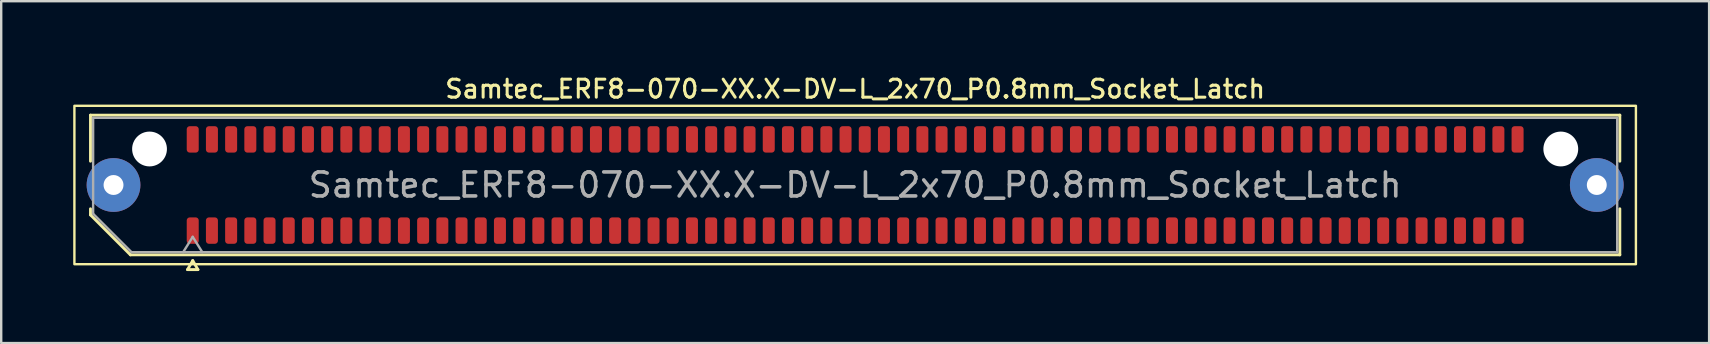
<source format=kicad_pcb>
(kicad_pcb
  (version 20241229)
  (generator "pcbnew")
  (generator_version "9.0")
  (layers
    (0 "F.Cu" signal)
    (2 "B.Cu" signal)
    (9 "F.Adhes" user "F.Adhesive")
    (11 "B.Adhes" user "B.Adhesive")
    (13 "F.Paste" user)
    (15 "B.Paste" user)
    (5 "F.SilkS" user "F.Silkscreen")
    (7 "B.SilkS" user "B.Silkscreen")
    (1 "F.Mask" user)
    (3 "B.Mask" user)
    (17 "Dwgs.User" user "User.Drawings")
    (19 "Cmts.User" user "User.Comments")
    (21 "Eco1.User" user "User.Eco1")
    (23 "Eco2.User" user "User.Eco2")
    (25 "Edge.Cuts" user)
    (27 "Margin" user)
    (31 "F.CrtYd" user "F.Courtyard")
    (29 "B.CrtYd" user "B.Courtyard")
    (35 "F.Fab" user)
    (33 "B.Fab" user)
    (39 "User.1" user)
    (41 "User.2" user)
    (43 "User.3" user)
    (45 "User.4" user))
  (footprint "Samtec_ERF8-070-XX.X-DV-L_2x70_P0.8mm_Socket_Latch"
    (layer "F.Cu")
    (at 32.58 4.658)
    (property "Reference" "Samtec_ERF8-070-XX.X-DV-L_2x70_P0.8mm_Socket_Latch" (at 0 -4 0) (layer "F.SilkS") (effects (font (size 0.75 0.75) (thickness 0.125))))
    (attr smd)
    (fp_line (start -31.86 -2.91) (end 31.86 -2.91) (stroke (width 0.12) (type solid)) (layer "F.SilkS"))
    (fp_line (start -31.86 -0.991) (end -31.86 -2.91) (stroke (width 0.12) (type solid)) (layer "F.SilkS"))
    (fp_line (start -31.86 1.246) (end -31.86 0.991) (stroke (width 0.12) (type solid)) (layer "F.SilkS"))
    (fp_line (start -30.196 2.91) (end -31.86 1.246) (stroke (width 0.12) (type solid)) (layer "F.SilkS"))
    (fp_line (start -27.817 3.525) (end -27.6 3.15) (stroke (width 0.12) (type solid)) (layer "F.SilkS"))
    (fp_line (start -27.6 3.15) (end -27.383 3.525) (stroke (width 0.12) (type solid)) (layer "F.SilkS"))
    (fp_line (start -27.383 3.525) (end -27.817 3.525) (stroke (width 0.12) (type solid)) (layer "F.SilkS"))
    (fp_line (start 31.86 -2.91) (end 31.86 -0.991) (stroke (width 0.12) (type solid)) (layer "F.SilkS"))
    (fp_line (start 31.86 0.991) (end 31.86 2.91) (stroke (width 0.12) (type solid)) (layer "F.SilkS"))
    (fp_line (start 31.86 2.91) (end -30.196 2.91) (stroke (width 0.12) (type solid)) (layer "F.SilkS"))
    (fp_rect (start -32.53 -3.3) (end 32.53 3.3) (stroke (width 0.1) (type solid)) (fill no) (layer "F.SilkS"))
    (fp_line (start -31.75 -2.8) (end 31.75 -2.8) (stroke (width 0.1) (type solid)) (layer "F.Fab"))
    (fp_line (start -31.75 1.2) (end -31.75 -2.8) (stroke (width 0.1) (type solid)) (layer "F.Fab"))
    (fp_line (start -30.15 2.8) (end -31.75 1.2) (stroke (width 0.1) (type solid)) (layer "F.Fab"))
    (fp_line (start -28 2.8) (end -27.6 2.16) (stroke (width 0.1) (type solid)) (layer "F.Fab"))
    (fp_line (start -27.6 2.16) (end -27.2 2.8) (stroke (width 0.1) (type solid)) (layer "F.Fab"))
    (fp_line (start 31.75 -2.8) (end 31.75 2.8) (stroke (width 0.1) (type solid)) (layer "F.Fab"))
    (fp_line (start 31.75 2.8) (end -30.15 2.8) (stroke (width 0.1) (type solid)) (layer "F.Fab"))
    (fp_text user "${REFERENCE}" (at 0 0 0) (layer "F.Fab") (effects (font (size 1 1) (thickness 0.15))))
    (pad "" thru_hole circle (at -30.9 0) (size 2.24 2.24) (drill 0.83) (layers "*.Cu" "*.Mask" "F.Paste"))
    (pad "" np_thru_hole circle (at -29.4 -1.5) (size 1.45 1.45) (drill 1.45) (layers "*.Cu" "*.Mask"))
    (pad "" np_thru_hole circle (at 29.4 -1.5) (size 1.45 1.45) (drill 1.45) (layers "*.Cu" "*.Mask"))
    (pad "" thru_hole circle (at 30.9 0) (size 2.24 2.24) (drill 0.83) (layers "*.Cu" "*.Mask" "F.Paste"))
    (pad "1" smd roundrect (at -27.6 1.9) (size 0.5 1.1) (layers "F.Cu" "F.Mask" "F.Paste") (roundrect_rratio 0.25))
    (pad "2" smd roundrect (at -27.6 -1.9) (size 0.5 1.1) (layers "F.Cu" "F.Mask" "F.Paste") (roundrect_rratio 0.25))
    (pad "3" smd roundrect (at -26.8 1.9) (size 0.5 1.1) (layers "F.Cu" "F.Mask" "F.Paste") (roundrect_rratio 0.25))
    (pad "4" smd roundrect (at -26.8 -1.9) (size 0.5 1.1) (layers "F.Cu" "F.Mask" "F.Paste") (roundrect_rratio 0.25))
    (pad "5" smd roundrect (at -26 1.9) (size 0.5 1.1) (layers "F.Cu" "F.Mask" "F.Paste") (roundrect_rratio 0.25))
    (pad "6" smd roundrect (at -26 -1.9) (size 0.5 1.1) (layers "F.Cu" "F.Mask" "F.Paste") (roundrect_rratio 0.25))
    (pad "7" smd roundrect (at -25.2 1.9) (size 0.5 1.1) (layers "F.Cu" "F.Mask" "F.Paste") (roundrect_rratio 0.25))
    (pad "8" smd roundrect (at -25.2 -1.9) (size 0.5 1.1) (layers "F.Cu" "F.Mask" "F.Paste") (roundrect_rratio 0.25))
    (pad "9" smd roundrect (at -24.4 1.9) (size 0.5 1.1) (layers "F.Cu" "F.Mask" "F.Paste") (roundrect_rratio 0.25))
    (pad "10" smd roundrect (at -24.4 -1.9) (size 0.5 1.1) (layers "F.Cu" "F.Mask" "F.Paste") (roundrect_rratio 0.25))
    (pad "11" smd roundrect (at -23.6 1.9) (size 0.5 1.1) (layers "F.Cu" "F.Mask" "F.Paste") (roundrect_rratio 0.25))
    (pad "12" smd roundrect (at -23.6 -1.9) (size 0.5 1.1) (layers "F.Cu" "F.Mask" "F.Paste") (roundrect_rratio 0.25))
    (pad "13" smd roundrect (at -22.8 1.9) (size 0.5 1.1) (layers "F.Cu" "F.Mask" "F.Paste") (roundrect_rratio 0.25))
    (pad "14" smd roundrect (at -22.8 -1.9) (size 0.5 1.1) (layers "F.Cu" "F.Mask" "F.Paste") (roundrect_rratio 0.25))
    (pad "15" smd roundrect (at -22 1.9) (size 0.5 1.1) (layers "F.Cu" "F.Mask" "F.Paste") (roundrect_rratio 0.25))
    (pad "16" smd roundrect (at -22 -1.9) (size 0.5 1.1) (layers "F.Cu" "F.Mask" "F.Paste") (roundrect_rratio 0.25))
    (pad "17" smd roundrect (at -21.2 1.9) (size 0.5 1.1) (layers "F.Cu" "F.Mask" "F.Paste") (roundrect_rratio 0.25))
    (pad "18" smd roundrect (at -21.2 -1.9) (size 0.5 1.1) (layers "F.Cu" "F.Mask" "F.Paste") (roundrect_rratio 0.25))
    (pad "19" smd roundrect (at -20.4 1.9) (size 0.5 1.1) (layers "F.Cu" "F.Mask" "F.Paste") (roundrect_rratio 0.25))
    (pad "20" smd roundrect (at -20.4 -1.9) (size 0.5 1.1) (layers "F.Cu" "F.Mask" "F.Paste") (roundrect_rratio 0.25))
    (pad "21" smd roundrect (at -19.6 1.9) (size 0.5 1.1) (layers "F.Cu" "F.Mask" "F.Paste") (roundrect_rratio 0.25))
    (pad "22" smd roundrect (at -19.6 -1.9) (size 0.5 1.1) (layers "F.Cu" "F.Mask" "F.Paste") (roundrect_rratio 0.25))
    (pad "23" smd roundrect (at -18.8 1.9) (size 0.5 1.1) (layers "F.Cu" "F.Mask" "F.Paste") (roundrect_rratio 0.25))
    (pad "24" smd roundrect (at -18.8 -1.9) (size 0.5 1.1) (layers "F.Cu" "F.Mask" "F.Paste") (roundrect_rratio 0.25))
    (pad "25" smd roundrect (at -18 1.9) (size 0.5 1.1) (layers "F.Cu" "F.Mask" "F.Paste") (roundrect_rratio 0.25))
    (pad "26" smd roundrect (at -18 -1.9) (size 0.5 1.1) (layers "F.Cu" "F.Mask" "F.Paste") (roundrect_rratio 0.25))
    (pad "27" smd roundrect (at -17.2 1.9) (size 0.5 1.1) (layers "F.Cu" "F.Mask" "F.Paste") (roundrect_rratio 0.25))
    (pad "28" smd roundrect (at -17.2 -1.9) (size 0.5 1.1) (layers "F.Cu" "F.Mask" "F.Paste") (roundrect_rratio 0.25))
    (pad "29" smd roundrect (at -16.4 1.9) (size 0.5 1.1) (layers "F.Cu" "F.Mask" "F.Paste") (roundrect_rratio 0.25))
    (pad "30" smd roundrect (at -16.4 -1.9) (size 0.5 1.1) (layers "F.Cu" "F.Mask" "F.Paste") (roundrect_rratio 0.25))
    (pad "31" smd roundrect (at -15.6 1.9) (size 0.5 1.1) (layers "F.Cu" "F.Mask" "F.Paste") (roundrect_rratio 0.25))
    (pad "32" smd roundrect (at -15.6 -1.9) (size 0.5 1.1) (layers "F.Cu" "F.Mask" "F.Paste") (roundrect_rratio 0.25))
    (pad "33" smd roundrect (at -14.8 1.9) (size 0.5 1.1) (layers "F.Cu" "F.Mask" "F.Paste") (roundrect_rratio 0.25))
    (pad "34" smd roundrect (at -14.8 -1.9) (size 0.5 1.1) (layers "F.Cu" "F.Mask" "F.Paste") (roundrect_rratio 0.25))
    (pad "35" smd roundrect (at -14 1.9) (size 0.5 1.1) (layers "F.Cu" "F.Mask" "F.Paste") (roundrect_rratio 0.25))
    (pad "36" smd roundrect (at -14 -1.9) (size 0.5 1.1) (layers "F.Cu" "F.Mask" "F.Paste") (roundrect_rratio 0.25))
    (pad "37" smd roundrect (at -13.2 1.9) (size 0.5 1.1) (layers "F.Cu" "F.Mask" "F.Paste") (roundrect_rratio 0.25))
    (pad "38" smd roundrect (at -13.2 -1.9) (size 0.5 1.1) (layers "F.Cu" "F.Mask" "F.Paste") (roundrect_rratio 0.25))
    (pad "39" smd roundrect (at -12.4 1.9) (size 0.5 1.1) (layers "F.Cu" "F.Mask" "F.Paste") (roundrect_rratio 0.25))
    (pad "40" smd roundrect (at -12.4 -1.9) (size 0.5 1.1) (layers "F.Cu" "F.Mask" "F.Paste") (roundrect_rratio 0.25))
    (pad "41" smd roundrect (at -11.6 1.9) (size 0.5 1.1) (layers "F.Cu" "F.Mask" "F.Paste") (roundrect_rratio 0.25))
    (pad "42" smd roundrect (at -11.6 -1.9) (size 0.5 1.1) (layers "F.Cu" "F.Mask" "F.Paste") (roundrect_rratio 0.25))
    (pad "43" smd roundrect (at -10.8 1.9) (size 0.5 1.1) (layers "F.Cu" "F.Mask" "F.Paste") (roundrect_rratio 0.25))
    (pad "44" smd roundrect (at -10.8 -1.9) (size 0.5 1.1) (layers "F.Cu" "F.Mask" "F.Paste") (roundrect_rratio 0.25))
    (pad "45" smd roundrect (at -10 1.9) (size 0.5 1.1) (layers "F.Cu" "F.Mask" "F.Paste") (roundrect_rratio 0.25))
    (pad "46" smd roundrect (at -10 -1.9) (size 0.5 1.1) (layers "F.Cu" "F.Mask" "F.Paste") (roundrect_rratio 0.25))
    (pad "47" smd roundrect (at -9.2 1.9) (size 0.5 1.1) (layers "F.Cu" "F.Mask" "F.Paste") (roundrect_rratio 0.25))
    (pad "48" smd roundrect (at -9.2 -1.9) (size 0.5 1.1) (layers "F.Cu" "F.Mask" "F.Paste") (roundrect_rratio 0.25))
    (pad "49" smd roundrect (at -8.4 1.9) (size 0.5 1.1) (layers "F.Cu" "F.Mask" "F.Paste") (roundrect_rratio 0.25))
    (pad "50" smd roundrect (at -8.4 -1.9) (size 0.5 1.1) (layers "F.Cu" "F.Mask" "F.Paste") (roundrect_rratio 0.25))
    (pad "51" smd roundrect (at -7.6 1.9) (size 0.5 1.1) (layers "F.Cu" "F.Mask" "F.Paste") (roundrect_rratio 0.25))
    (pad "52" smd roundrect (at -7.6 -1.9) (size 0.5 1.1) (layers "F.Cu" "F.Mask" "F.Paste") (roundrect_rratio 0.25))
    (pad "53" smd roundrect (at -6.8 1.9) (size 0.5 1.1) (layers "F.Cu" "F.Mask" "F.Paste") (roundrect_rratio 0.25))
    (pad "54" smd roundrect (at -6.8 -1.9) (size 0.5 1.1) (layers "F.Cu" "F.Mask" "F.Paste") (roundrect_rratio 0.25))
    (pad "55" smd roundrect (at -6 1.9) (size 0.5 1.1) (layers "F.Cu" "F.Mask" "F.Paste") (roundrect_rratio 0.25))
    (pad "56" smd roundrect (at -6 -1.9) (size 0.5 1.1) (layers "F.Cu" "F.Mask" "F.Paste") (roundrect_rratio 0.25))
    (pad "57" smd roundrect (at -5.2 1.9) (size 0.5 1.1) (layers "F.Cu" "F.Mask" "F.Paste") (roundrect_rratio 0.25))
    (pad "58" smd roundrect (at -5.2 -1.9) (size 0.5 1.1) (layers "F.Cu" "F.Mask" "F.Paste") (roundrect_rratio 0.25))
    (pad "59" smd roundrect (at -4.4 1.9) (size 0.5 1.1) (layers "F.Cu" "F.Mask" "F.Paste") (roundrect_rratio 0.25))
    (pad "60" smd roundrect (at -4.4 -1.9) (size 0.5 1.1) (layers "F.Cu" "F.Mask" "F.Paste") (roundrect_rratio 0.25))
    (pad "61" smd roundrect (at -3.6 1.9) (size 0.5 1.1) (layers "F.Cu" "F.Mask" "F.Paste") (roundrect_rratio 0.25))
    (pad "62" smd roundrect (at -3.6 -1.9) (size 0.5 1.1) (layers "F.Cu" "F.Mask" "F.Paste") (roundrect_rratio 0.25))
    (pad "63" smd roundrect (at -2.8 1.9) (size 0.5 1.1) (layers "F.Cu" "F.Mask" "F.Paste") (roundrect_rratio 0.25))
    (pad "64" smd roundrect (at -2.8 -1.9) (size 0.5 1.1) (layers "F.Cu" "F.Mask" "F.Paste") (roundrect_rratio 0.25))
    (pad "65" smd roundrect (at -2 1.9) (size 0.5 1.1) (layers "F.Cu" "F.Mask" "F.Paste") (roundrect_rratio 0.25))
    (pad "66" smd roundrect (at -2 -1.9) (size 0.5 1.1) (layers "F.Cu" "F.Mask" "F.Paste") (roundrect_rratio 0.25))
    (pad "67" smd roundrect (at -1.2 1.9) (size 0.5 1.1) (layers "F.Cu" "F.Mask" "F.Paste") (roundrect_rratio 0.25))
    (pad "68" smd roundrect (at -1.2 -1.9) (size 0.5 1.1) (layers "F.Cu" "F.Mask" "F.Paste") (roundrect_rratio 0.25))
    (pad "69" smd roundrect (at -0.4 1.9) (size 0.5 1.1) (layers "F.Cu" "F.Mask" "F.Paste") (roundrect_rratio 0.25))
    (pad "70" smd roundrect (at -0.4 -1.9) (size 0.5 1.1) (layers "F.Cu" "F.Mask" "F.Paste") (roundrect_rratio 0.25))
    (pad "71" smd roundrect (at 0.4 1.9) (size 0.5 1.1) (layers "F.Cu" "F.Mask" "F.Paste") (roundrect_rratio 0.25))
    (pad "72" smd roundrect (at 0.4 -1.9) (size 0.5 1.1) (layers "F.Cu" "F.Mask" "F.Paste") (roundrect_rratio 0.25))
    (pad "73" smd roundrect (at 1.2 1.9) (size 0.5 1.1) (layers "F.Cu" "F.Mask" "F.Paste") (roundrect_rratio 0.25))
    (pad "74" smd roundrect (at 1.2 -1.9) (size 0.5 1.1) (layers "F.Cu" "F.Mask" "F.Paste") (roundrect_rratio 0.25))
    (pad "75" smd roundrect (at 2 1.9) (size 0.5 1.1) (layers "F.Cu" "F.Mask" "F.Paste") (roundrect_rratio 0.25))
    (pad "76" smd roundrect (at 2 -1.9) (size 0.5 1.1) (layers "F.Cu" "F.Mask" "F.Paste") (roundrect_rratio 0.25))
    (pad "77" smd roundrect (at 2.8 1.9) (size 0.5 1.1) (layers "F.Cu" "F.Mask" "F.Paste") (roundrect_rratio 0.25))
    (pad "78" smd roundrect (at 2.8 -1.9) (size 0.5 1.1) (layers "F.Cu" "F.Mask" "F.Paste") (roundrect_rratio 0.25))
    (pad "79" smd roundrect (at 3.6 1.9) (size 0.5 1.1) (layers "F.Cu" "F.Mask" "F.Paste") (roundrect_rratio 0.25))
    (pad "80" smd roundrect (at 3.6 -1.9) (size 0.5 1.1) (layers "F.Cu" "F.Mask" "F.Paste") (roundrect_rratio 0.25))
    (pad "81" smd roundrect (at 4.4 1.9) (size 0.5 1.1) (layers "F.Cu" "F.Mask" "F.Paste") (roundrect_rratio 0.25))
    (pad "82" smd roundrect (at 4.4 -1.9) (size 0.5 1.1) (layers "F.Cu" "F.Mask" "F.Paste") (roundrect_rratio 0.25))
    (pad "83" smd roundrect (at 5.2 1.9) (size 0.5 1.1) (layers "F.Cu" "F.Mask" "F.Paste") (roundrect_rratio 0.25))
    (pad "84" smd roundrect (at 5.2 -1.9) (size 0.5 1.1) (layers "F.Cu" "F.Mask" "F.Paste") (roundrect_rratio 0.25))
    (pad "85" smd roundrect (at 6 1.9) (size 0.5 1.1) (layers "F.Cu" "F.Mask" "F.Paste") (roundrect_rratio 0.25))
    (pad "86" smd roundrect (at 6 -1.9) (size 0.5 1.1) (layers "F.Cu" "F.Mask" "F.Paste") (roundrect_rratio 0.25))
    (pad "87" smd roundrect (at 6.8 1.9) (size 0.5 1.1) (layers "F.Cu" "F.Mask" "F.Paste") (roundrect_rratio 0.25))
    (pad "88" smd roundrect (at 6.8 -1.9) (size 0.5 1.1) (layers "F.Cu" "F.Mask" "F.Paste") (roundrect_rratio 0.25))
    (pad "89" smd roundrect (at 7.6 1.9) (size 0.5 1.1) (layers "F.Cu" "F.Mask" "F.Paste") (roundrect_rratio 0.25))
    (pad "90" smd roundrect (at 7.6 -1.9) (size 0.5 1.1) (layers "F.Cu" "F.Mask" "F.Paste") (roundrect_rratio 0.25))
    (pad "91" smd roundrect (at 8.4 1.9) (size 0.5 1.1) (layers "F.Cu" "F.Mask" "F.Paste") (roundrect_rratio 0.25))
    (pad "92" smd roundrect (at 8.4 -1.9) (size 0.5 1.1) (layers "F.Cu" "F.Mask" "F.Paste") (roundrect_rratio 0.25))
    (pad "93" smd roundrect (at 9.2 1.9) (size 0.5 1.1) (layers "F.Cu" "F.Mask" "F.Paste") (roundrect_rratio 0.25))
    (pad "94" smd roundrect (at 9.2 -1.9) (size 0.5 1.1) (layers "F.Cu" "F.Mask" "F.Paste") (roundrect_rratio 0.25))
    (pad "95" smd roundrect (at 10 1.9) (size 0.5 1.1) (layers "F.Cu" "F.Mask" "F.Paste") (roundrect_rratio 0.25))
    (pad "96" smd roundrect (at 10 -1.9) (size 0.5 1.1) (layers "F.Cu" "F.Mask" "F.Paste") (roundrect_rratio 0.25))
    (pad "97" smd roundrect (at 10.8 1.9) (size 0.5 1.1) (layers "F.Cu" "F.Mask" "F.Paste") (roundrect_rratio 0.25))
    (pad "98" smd roundrect (at 10.8 -1.9) (size 0.5 1.1) (layers "F.Cu" "F.Mask" "F.Paste") (roundrect_rratio 0.25))
    (pad "99" smd roundrect (at 11.6 1.9) (size 0.5 1.1) (layers "F.Cu" "F.Mask" "F.Paste") (roundrect_rratio 0.25))
    (pad "100" smd roundrect (at 11.6 -1.9) (size 0.5 1.1) (layers "F.Cu" "F.Mask" "F.Paste") (roundrect_rratio 0.25))
    (pad "101" smd roundrect (at 12.4 1.9) (size 0.5 1.1) (layers "F.Cu" "F.Mask" "F.Paste") (roundrect_rratio 0.25))
    (pad "102" smd roundrect (at 12.4 -1.9) (size 0.5 1.1) (layers "F.Cu" "F.Mask" "F.Paste") (roundrect_rratio 0.25))
    (pad "103" smd roundrect (at 13.2 1.9) (size 0.5 1.1) (layers "F.Cu" "F.Mask" "F.Paste") (roundrect_rratio 0.25))
    (pad "104" smd roundrect (at 13.2 -1.9) (size 0.5 1.1) (layers "F.Cu" "F.Mask" "F.Paste") (roundrect_rratio 0.25))
    (pad "105" smd roundrect (at 14 1.9) (size 0.5 1.1) (layers "F.Cu" "F.Mask" "F.Paste") (roundrect_rratio 0.25))
    (pad "106" smd roundrect (at 14 -1.9) (size 0.5 1.1) (layers "F.Cu" "F.Mask" "F.Paste") (roundrect_rratio 0.25))
    (pad "107" smd roundrect (at 14.8 1.9) (size 0.5 1.1) (layers "F.Cu" "F.Mask" "F.Paste") (roundrect_rratio 0.25))
    (pad "108" smd roundrect (at 14.8 -1.9) (size 0.5 1.1) (layers "F.Cu" "F.Mask" "F.Paste") (roundrect_rratio 0.25))
    (pad "109" smd roundrect (at 15.6 1.9) (size 0.5 1.1) (layers "F.Cu" "F.Mask" "F.Paste") (roundrect_rratio 0.25))
    (pad "110" smd roundrect (at 15.6 -1.9) (size 0.5 1.1) (layers "F.Cu" "F.Mask" "F.Paste") (roundrect_rratio 0.25))
    (pad "111" smd roundrect (at 16.4 1.9) (size 0.5 1.1) (layers "F.Cu" "F.Mask" "F.Paste") (roundrect_rratio 0.25))
    (pad "112" smd roundrect (at 16.4 -1.9) (size 0.5 1.1) (layers "F.Cu" "F.Mask" "F.Paste") (roundrect_rratio 0.25))
    (pad "113" smd roundrect (at 17.2 1.9) (size 0.5 1.1) (layers "F.Cu" "F.Mask" "F.Paste") (roundrect_rratio 0.25))
    (pad "114" smd roundrect (at 17.2 -1.9) (size 0.5 1.1) (layers "F.Cu" "F.Mask" "F.Paste") (roundrect_rratio 0.25))
    (pad "115" smd roundrect (at 18 1.9) (size 0.5 1.1) (layers "F.Cu" "F.Mask" "F.Paste") (roundrect_rratio 0.25))
    (pad "116" smd roundrect (at 18 -1.9) (size 0.5 1.1) (layers "F.Cu" "F.Mask" "F.Paste") (roundrect_rratio 0.25))
    (pad "117" smd roundrect (at 18.8 1.9) (size 0.5 1.1) (layers "F.Cu" "F.Mask" "F.Paste") (roundrect_rratio 0.25))
    (pad "118" smd roundrect (at 18.8 -1.9) (size 0.5 1.1) (layers "F.Cu" "F.Mask" "F.Paste") (roundrect_rratio 0.25))
    (pad "119" smd roundrect (at 19.6 1.9) (size 0.5 1.1) (layers "F.Cu" "F.Mask" "F.Paste") (roundrect_rratio 0.25))
    (pad "120" smd roundrect (at 19.6 -1.9) (size 0.5 1.1) (layers "F.Cu" "F.Mask" "F.Paste") (roundrect_rratio 0.25))
    (pad "121" smd roundrect (at 20.4 1.9) (size 0.5 1.1) (layers "F.Cu" "F.Mask" "F.Paste") (roundrect_rratio 0.25))
    (pad "122" smd roundrect (at 20.4 -1.9) (size 0.5 1.1) (layers "F.Cu" "F.Mask" "F.Paste") (roundrect_rratio 0.25))
    (pad "123" smd roundrect (at 21.2 1.9) (size 0.5 1.1) (layers "F.Cu" "F.Mask" "F.Paste") (roundrect_rratio 0.25))
    (pad "124" smd roundrect (at 21.2 -1.9) (size 0.5 1.1) (layers "F.Cu" "F.Mask" "F.Paste") (roundrect_rratio 0.25))
    (pad "125" smd roundrect (at 22 1.9) (size 0.5 1.1) (layers "F.Cu" "F.Mask" "F.Paste") (roundrect_rratio 0.25))
    (pad "126" smd roundrect (at 22 -1.9) (size 0.5 1.1) (layers "F.Cu" "F.Mask" "F.Paste") (roundrect_rratio 0.25))
    (pad "127" smd roundrect (at 22.8 1.9) (size 0.5 1.1) (layers "F.Cu" "F.Mask" "F.Paste") (roundrect_rratio 0.25))
    (pad "128" smd roundrect (at 22.8 -1.9) (size 0.5 1.1) (layers "F.Cu" "F.Mask" "F.Paste") (roundrect_rratio 0.25))
    (pad "129" smd roundrect (at 23.6 1.9) (size 0.5 1.1) (layers "F.Cu" "F.Mask" "F.Paste") (roundrect_rratio 0.25))
    (pad "130" smd roundrect (at 23.6 -1.9) (size 0.5 1.1) (layers "F.Cu" "F.Mask" "F.Paste") (roundrect_rratio 0.25))
    (pad "131" smd roundrect (at 24.4 1.9) (size 0.5 1.1) (layers "F.Cu" "F.Mask" "F.Paste") (roundrect_rratio 0.25))
    (pad "132" smd roundrect (at 24.4 -1.9) (size 0.5 1.1) (layers "F.Cu" "F.Mask" "F.Paste") (roundrect_rratio 0.25))
    (pad "133" smd roundrect (at 25.2 1.9) (size 0.5 1.1) (layers "F.Cu" "F.Mask" "F.Paste") (roundrect_rratio 0.25))
    (pad "134" smd roundrect (at 25.2 -1.9) (size 0.5 1.1) (layers "F.Cu" "F.Mask" "F.Paste") (roundrect_rratio 0.25))
    (pad "135" smd roundrect (at 26 1.9) (size 0.5 1.1) (layers "F.Cu" "F.Mask" "F.Paste") (roundrect_rratio 0.25))
    (pad "136" smd roundrect (at 26 -1.9) (size 0.5 1.1) (layers "F.Cu" "F.Mask" "F.Paste") (roundrect_rratio 0.25))
    (pad "137" smd roundrect (at 26.8 1.9) (size 0.5 1.1) (layers "F.Cu" "F.Mask" "F.Paste") (roundrect_rratio 0.25))
    (pad "138" smd roundrect (at 26.8 -1.9) (size 0.5 1.1) (layers "F.Cu" "F.Mask" "F.Paste") (roundrect_rratio 0.25))
    (pad "139" smd roundrect (at 27.6 1.9) (size 0.5 1.1) (layers "F.Cu" "F.Mask" "F.Paste") (roundrect_rratio 0.25))
    (pad "140" smd roundrect (at 27.6 -1.9) (size 0.5 1.1) (layers "F.Cu" "F.Mask" "F.Paste") (roundrect_rratio 0.25)))
  (gr_rect
    (start -3 -3)
    (end 68.16 11.243)
    (stroke (width 0.1) (type default))
    (fill no)
    (layer "Edge.Cuts")))
</source>
